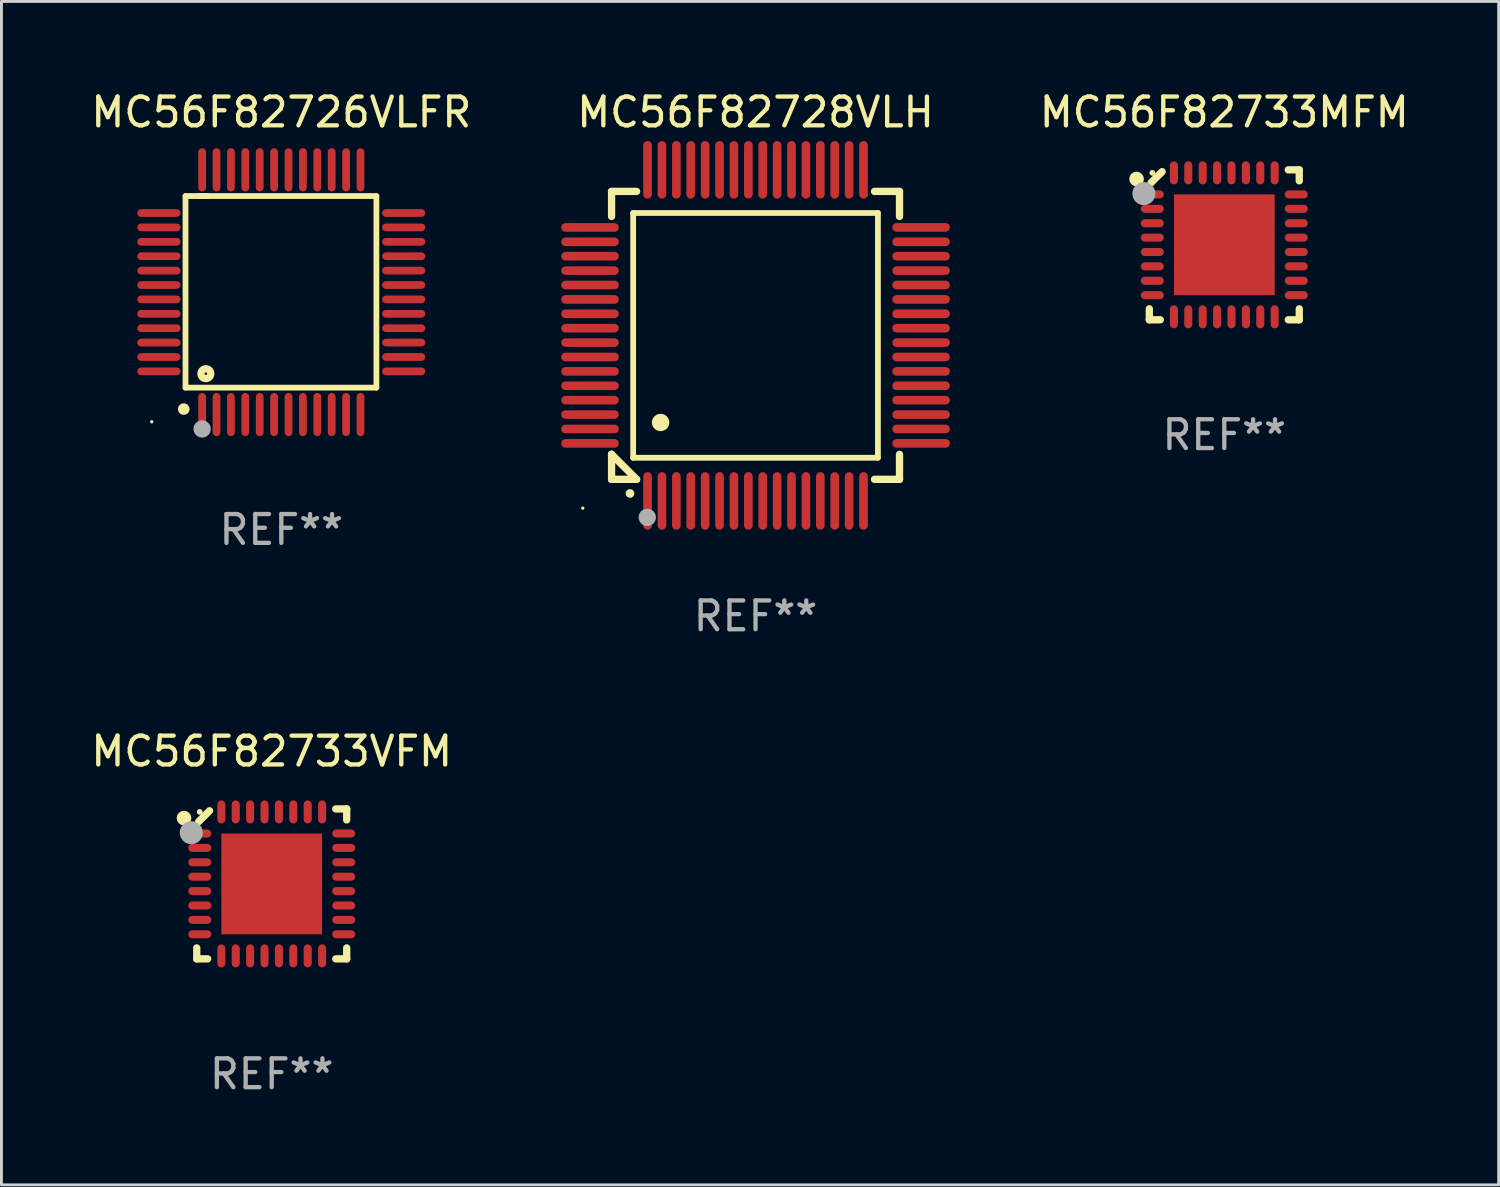
<source format=kicad_pcb>
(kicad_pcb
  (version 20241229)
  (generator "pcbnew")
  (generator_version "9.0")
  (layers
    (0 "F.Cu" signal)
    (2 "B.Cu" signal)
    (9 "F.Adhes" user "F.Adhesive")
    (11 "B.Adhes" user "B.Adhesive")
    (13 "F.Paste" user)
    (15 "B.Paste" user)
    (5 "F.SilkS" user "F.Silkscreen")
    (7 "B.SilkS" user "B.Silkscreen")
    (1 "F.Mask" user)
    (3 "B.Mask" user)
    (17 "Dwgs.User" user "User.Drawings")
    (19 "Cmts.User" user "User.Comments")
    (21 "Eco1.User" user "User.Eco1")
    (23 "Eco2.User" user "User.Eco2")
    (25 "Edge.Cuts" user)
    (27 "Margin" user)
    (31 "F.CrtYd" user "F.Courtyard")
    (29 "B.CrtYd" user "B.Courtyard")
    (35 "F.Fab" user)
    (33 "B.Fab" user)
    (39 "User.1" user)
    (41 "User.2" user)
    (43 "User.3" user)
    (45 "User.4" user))
  (footprint "MC56F82728VLH"
    (layer "F.Cu")
    (at 23.19 8.598)
    (property "Reference" "MC56F82728VLH" (at 0 -7.75 0) (layer "F.SilkS") (effects (font (size 1 1) (thickness 0.15))))
    (attr through_hole)
    (fp_line (start -5 -5) (end -4.131 -5) (stroke (width 0.254) (type solid)) (layer "F.SilkS"))
    (fp_line (start -5 -4.131) (end -5 -5) (stroke (width 0.254) (type solid)) (layer "F.SilkS"))
    (fp_line (start -5 4.131) (end -5 4.131) (stroke (width 0.254) (type solid)) (layer "F.SilkS"))
    (fp_line (start -5 5) (end -5 4.131) (stroke (width 0.254) (type solid)) (layer "F.SilkS"))
    (fp_line (start -5 4.131) (end -4.131 5) (stroke (width 0.254) (type solid)) (layer "F.SilkS"))
    (fp_line (start -4.25 -4.25) (end -4.25 4.25) (stroke (width 0.2) (type solid)) (layer "F.SilkS"))
    (fp_line (start -4.25 4.25) (end 4.25 4.25) (stroke (width 0.2) (type solid)) (layer "F.SilkS"))
    (fp_line (start -4.131 5) (end -5 5) (stroke (width 0.254) (type solid)) (layer "F.SilkS"))
    (fp_line (start 4.25 -4.25) (end -4.25 -4.25) (stroke (width 0.2) (type solid)) (layer "F.SilkS"))
    (fp_line (start 4.25 4.25) (end 4.25 -4.25) (stroke (width 0.2) (type solid)) (layer "F.SilkS"))
    (fp_line (start 5 -5) (end 4.131 -5) (stroke (width 0.254) (type solid)) (layer "F.SilkS"))
    (fp_line (start 5 -5) (end 5 -4.131) (stroke (width 0.254) (type solid)) (layer "F.SilkS"))
    (fp_line (start 5 4.131) (end 5 5) (stroke (width 0.254) (type solid)) (layer "F.SilkS"))
    (fp_line (start 5 5) (end 4.131 5) (stroke (width 0.254) (type solid)) (layer "F.SilkS"))
    (fp_arc (start -4.361265 5.489992) (mid -4.359995 5.489987) (end -4.358725 5.489992) (stroke (width 0.3) (type solid)) (layer "F.SilkS"))
    (fp_arc (start -3.299467 3.025146) (mid -3.296927 3.025135) (end -3.294387 3.025146) (stroke (width 0.6) (type solid)) (layer "F.SilkS"))
    (fp_circle (center -6 6) (end -5.97 6) (stroke (width 0.06) (type solid)) (fill no) (layer "F.SilkS"))
    (fp_circle (center -3.76 6.32) (end -3.61 6.32) (stroke (width 0.3) (type solid)) (fill no) (layer "F.Fab"))
    (fp_text user "REF**" (at 0 9.75 0) (layer "F.Fab") (effects (font (size 1 1) (thickness 0.15))))
    (pad "1" smd oval (at -3.75 5.75) (size 0.3 2) (layers "F.Cu" "F.Mask" "F.Paste"))
    (pad "2" smd oval (at -3.25 5.75) (size 0.3 2) (layers "F.Cu" "F.Mask" "F.Paste"))
    (pad "3" smd oval (at -2.75 5.75) (size 0.3 2) (layers "F.Cu" "F.Mask" "F.Paste"))
    (pad "4" smd oval (at -2.25 5.75) (size 0.3 2) (layers "F.Cu" "F.Mask" "F.Paste"))
    (pad "5" smd oval (at -1.75 5.75) (size 0.3 2) (layers "F.Cu" "F.Mask" "F.Paste"))
    (pad "6" smd oval (at -1.25 5.75) (size 0.3 2) (layers "F.Cu" "F.Mask" "F.Paste"))
    (pad "7" smd oval (at -0.75 5.75) (size 0.3 2) (layers "F.Cu" "F.Mask" "F.Paste"))
    (pad "8" smd oval (at -0.25 5.75) (size 0.3 2) (layers "F.Cu" "F.Mask" "F.Paste"))
    (pad "9" smd oval (at 0.25 5.75) (size 0.3 2) (layers "F.Cu" "F.Mask" "F.Paste"))
    (pad "10" smd oval (at 0.75 5.75) (size 0.3 2) (layers "F.Cu" "F.Mask" "F.Paste"))
    (pad "11" smd oval (at 1.25 5.75) (size 0.3 2) (layers "F.Cu" "F.Mask" "F.Paste"))
    (pad "12" smd oval (at 1.75 5.75) (size 0.3 2) (layers "F.Cu" "F.Mask" "F.Paste"))
    (pad "13" smd oval (at 2.25 5.75) (size 0.3 2) (layers "F.Cu" "F.Mask" "F.Paste"))
    (pad "14" smd oval (at 2.75 5.75) (size 0.3 2) (layers "F.Cu" "F.Mask" "F.Paste"))
    (pad "15" smd oval (at 3.25 5.75) (size 0.3 2) (layers "F.Cu" "F.Mask" "F.Paste"))
    (pad "16" smd oval (at 3.75 5.75) (size 0.3 2) (layers "F.Cu" "F.Mask" "F.Paste"))
    (pad "17" smd oval (at 5.75 3.75) (size 2 0.3) (layers "F.Cu" "F.Mask" "F.Paste"))
    (pad "18" smd oval (at 5.75 3.25) (size 2 0.3) (layers "F.Cu" "F.Mask" "F.Paste"))
    (pad "19" smd oval (at 5.75 2.75) (size 2 0.3) (layers "F.Cu" "F.Mask" "F.Paste"))
    (pad "20" smd oval (at 5.75 2.25) (size 2 0.3) (layers "F.Cu" "F.Mask" "F.Paste"))
    (pad "21" smd oval (at 5.75 1.75) (size 2 0.3) (layers "F.Cu" "F.Mask" "F.Paste"))
    (pad "22" smd oval (at 5.75 1.25) (size 2 0.3) (layers "F.Cu" "F.Mask" "F.Paste"))
    (pad "23" smd oval (at 5.75 0.75) (size 2 0.3) (layers "F.Cu" "F.Mask" "F.Paste"))
    (pad "24" smd oval (at 5.75 0.25) (size 2 0.3) (layers "F.Cu" "F.Mask" "F.Paste"))
    (pad "25" smd oval (at 5.75 -0.25) (size 2 0.3) (layers "F.Cu" "F.Mask" "F.Paste"))
    (pad "26" smd oval (at 5.75 -0.75) (size 2 0.3) (layers "F.Cu" "F.Mask" "F.Paste"))
    (pad "27" smd oval (at 5.75 -1.25) (size 2 0.3) (layers "F.Cu" "F.Mask" "F.Paste"))
    (pad "28" smd oval (at 5.75 -1.75) (size 2 0.3) (layers "F.Cu" "F.Mask" "F.Paste"))
    (pad "29" smd oval (at 5.75 -2.25) (size 2 0.3) (layers "F.Cu" "F.Mask" "F.Paste"))
    (pad "30" smd oval (at 5.75 -2.75) (size 2 0.3) (layers "F.Cu" "F.Mask" "F.Paste"))
    (pad "31" smd oval (at 5.75 -3.25) (size 2 0.3) (layers "F.Cu" "F.Mask" "F.Paste"))
    (pad "32" smd oval (at 5.75 -3.75) (size 2 0.3) (layers "F.Cu" "F.Mask" "F.Paste"))
    (pad "33" smd oval (at 3.75 -5.75) (size 0.3 2) (layers "F.Cu" "F.Mask" "F.Paste"))
    (pad "34" smd oval (at 3.25 -5.75) (size 0.3 2) (layers "F.Cu" "F.Mask" "F.Paste"))
    (pad "35" smd oval (at 2.75 -5.75) (size 0.3 2) (layers "F.Cu" "F.Mask" "F.Paste"))
    (pad "36" smd oval (at 2.25 -5.75) (size 0.3 2) (layers "F.Cu" "F.Mask" "F.Paste"))
    (pad "37" smd oval (at 1.75 -5.75) (size 0.3 2) (layers "F.Cu" "F.Mask" "F.Paste"))
    (pad "38" smd oval (at 1.25 -5.75) (size 0.3 2) (layers "F.Cu" "F.Mask" "F.Paste"))
    (pad "39" smd oval (at 0.75 -5.75) (size 0.3 2) (layers "F.Cu" "F.Mask" "F.Paste"))
    (pad "40" smd oval (at 0.25 -5.75) (size 0.3 2) (layers "F.Cu" "F.Mask" "F.Paste"))
    (pad "41" smd oval (at -0.25 -5.75) (size 0.3 2) (layers "F.Cu" "F.Mask" "F.Paste"))
    (pad "42" smd oval (at -0.75 -5.75) (size 0.3 2) (layers "F.Cu" "F.Mask" "F.Paste"))
    (pad "43" smd oval (at -1.25 -5.75) (size 0.3 2) (layers "F.Cu" "F.Mask" "F.Paste"))
    (pad "44" smd oval (at -1.75 -5.75) (size 0.3 2) (layers "F.Cu" "F.Mask" "F.Paste"))
    (pad "45" smd oval (at -2.25 -5.75) (size 0.3 2) (layers "F.Cu" "F.Mask" "F.Paste"))
    (pad "46" smd oval (at -2.75 -5.75) (size 0.3 2) (layers "F.Cu" "F.Mask" "F.Paste"))
    (pad "47" smd oval (at -3.25 -5.75) (size 0.3 2) (layers "F.Cu" "F.Mask" "F.Paste"))
    (pad "48" smd oval (at -3.75 -5.75) (size 0.3 2) (layers "F.Cu" "F.Mask" "F.Paste"))
    (pad "49" smd oval (at -5.75 -3.75) (size 2 0.3) (layers "F.Cu" "F.Mask" "F.Paste"))
    (pad "50" smd oval (at -5.75 -3.25) (size 2 0.3) (layers "F.Cu" "F.Mask" "F.Paste"))
    (pad "51" smd oval (at -5.75 -2.75) (size 2 0.3) (layers "F.Cu" "F.Mask" "F.Paste"))
    (pad "52" smd oval (at -5.75 -2.25) (size 2 0.3) (layers "F.Cu" "F.Mask" "F.Paste"))
    (pad "53" smd oval (at -5.75 -1.75) (size 2 0.3) (layers "F.Cu" "F.Mask" "F.Paste"))
    (pad "54" smd oval (at -5.75 -1.25) (size 2 0.3) (layers "F.Cu" "F.Mask" "F.Paste"))
    (pad "55" smd oval (at -5.75 -0.75) (size 2 0.3) (layers "F.Cu" "F.Mask" "F.Paste"))
    (pad "56" smd oval (at -5.75 -0.25) (size 2 0.3) (layers "F.Cu" "F.Mask" "F.Paste"))
    (pad "57" smd oval (at -5.75 0.25) (size 2 0.3) (layers "F.Cu" "F.Mask" "F.Paste"))
    (pad "58" smd oval (at -5.75 0.75) (size 2 0.3) (layers "F.Cu" "F.Mask" "F.Paste"))
    (pad "59" smd oval (at -5.75 1.25) (size 2 0.3) (layers "F.Cu" "F.Mask" "F.Paste"))
    (pad "60" smd oval (at -5.75 1.75) (size 2 0.3) (layers "F.Cu" "F.Mask" "F.Paste"))
    (pad "61" smd oval (at -5.75 2.25) (size 2 0.3) (layers "F.Cu" "F.Mask" "F.Paste"))
    (pad "62" smd oval (at -5.75 2.75) (size 2 0.3) (layers "F.Cu" "F.Mask" "F.Paste"))
    (pad "63" smd oval (at -5.75 3.25) (size 2 0.3) (layers "F.Cu" "F.Mask" "F.Paste"))
    (pad "64" smd oval (at -5.75 3.75) (size 2 0.3) (layers "F.Cu" "F.Mask" "F.Paste")))
  (footprint "MC56F82733MFM"
    (layer "F.Cu")
    (at 39.47 5.452)
    (property "Reference" "MC56F82733MFM" (at 0 -4.604 0) (layer "F.SilkS") (effects (font (size 1 1) (thickness 0.15))))
    (attr through_hole)
    (fp_line (start -2.604 2.223) (end -2.604 2.604) (stroke (width 0.254) (type solid)) (layer "F.SilkS"))
    (fp_line (start -2.604 2.604) (end -2.223 2.604) (stroke (width 0.254) (type solid)) (layer "F.SilkS"))
    (fp_line (start -2.159 -2.54) (end -2.54 -2.159) (stroke (width 0.254) (type solid)) (layer "F.SilkS"))
    (fp_line (start 2.223 2.604) (end 2.604 2.604) (stroke (width 0.254) (type solid)) (layer "F.SilkS"))
    (fp_line (start 2.604 -2.604) (end 2.223 -2.604) (stroke (width 0.254) (type solid)) (layer "F.SilkS"))
    (fp_line (start 2.604 -2.223) (end 2.604 -2.604) (stroke (width 0.254) (type solid)) (layer "F.SilkS"))
    (fp_line (start 2.604 2.604) (end 2.604 2.223) (stroke (width 0.254) (type solid)) (layer "F.SilkS"))
    (fp_circle (center -3.048 -2.286) (end -2.921 -2.286) (stroke (width 0.254) (type solid)) (fill no) (layer "F.SilkS"))
    (fp_circle (center -2.5 -2.5) (end -2.45 -2.5) (stroke (width 0.1) (type solid)) (fill no) (layer "F.SilkS"))
    (fp_circle (center -2.794 -1.778) (end -2.594 -1.778) (stroke (width 0.4) (type solid)) (fill no) (layer "F.Fab"))
    (fp_text user "REF**" (at 0 6.604 0) (layer "F.Fab") (effects (font (size 1 1) (thickness 0.15))))
    (pad "1" smd oval (at -2.5 -1.75) (size 0.8 0.28) (layers "F.Cu" "F.Mask" "F.Paste"))
    (pad "2" smd oval (at -2.5 -1.25) (size 0.8 0.28) (layers "F.Cu" "F.Mask" "F.Paste"))
    (pad "3" smd oval (at -2.5 -0.75) (size 0.8 0.28) (layers "F.Cu" "F.Mask" "F.Paste"))
    (pad "4" smd oval (at -2.5 -0.25) (size 0.8 0.28) (layers "F.Cu" "F.Mask" "F.Paste"))
    (pad "5" smd oval (at -2.5 0.25) (size 0.8 0.28) (layers "F.Cu" "F.Mask" "F.Paste"))
    (pad "6" smd oval (at -2.5 0.75) (size 0.8 0.28) (layers "F.Cu" "F.Mask" "F.Paste"))
    (pad "7" smd oval (at -2.5 1.25) (size 0.8 0.28) (layers "F.Cu" "F.Mask" "F.Paste"))
    (pad "8" smd oval (at -2.5 1.75) (size 0.8 0.28) (layers "F.Cu" "F.Mask" "F.Paste"))
    (pad "9" smd oval (at -1.75 2.5) (size 0.28 0.8) (layers "F.Cu" "F.Mask" "F.Paste"))
    (pad "10" smd oval (at -1.25 2.5) (size 0.28 0.8) (layers "F.Cu" "F.Mask" "F.Paste"))
    (pad "11" smd oval (at -0.75 2.5) (size 0.28 0.8) (layers "F.Cu" "F.Mask" "F.Paste"))
    (pad "12" smd oval (at -0.25 2.5) (size 0.28 0.8) (layers "F.Cu" "F.Mask" "F.Paste"))
    (pad "13" smd oval (at 0.25 2.5) (size 0.28 0.8) (layers "F.Cu" "F.Mask" "F.Paste"))
    (pad "14" smd oval (at 0.75 2.5) (size 0.28 0.8) (layers "F.Cu" "F.Mask" "F.Paste"))
    (pad "15" smd oval (at 1.25 2.5) (size 0.28 0.8) (layers "F.Cu" "F.Mask" "F.Paste"))
    (pad "16" smd oval (at 1.75 2.5) (size 0.28 0.8) (layers "F.Cu" "F.Mask" "F.Paste"))
    (pad "17" smd oval (at 2.5 1.75) (size 0.8 0.28) (layers "F.Cu" "F.Mask" "F.Paste"))
    (pad "18" smd oval (at 2.5 1.25) (size 0.8 0.28) (layers "F.Cu" "F.Mask" "F.Paste"))
    (pad "19" smd oval (at 2.5 0.75) (size 0.8 0.28) (layers "F.Cu" "F.Mask" "F.Paste"))
    (pad "20" smd oval (at 2.5 0.25) (size 0.8 0.28) (layers "F.Cu" "F.Mask" "F.Paste"))
    (pad "21" smd oval (at 2.5 -0.25) (size 0.8 0.28) (layers "F.Cu" "F.Mask" "F.Paste"))
    (pad "22" smd oval (at 2.5 -0.75) (size 0.8 0.28) (layers "F.Cu" "F.Mask" "F.Paste"))
    (pad "23" smd oval (at 2.5 -1.25) (size 0.8 0.28) (layers "F.Cu" "F.Mask" "F.Paste"))
    (pad "24" smd oval (at 2.5 -1.75) (size 0.8 0.28) (layers "F.Cu" "F.Mask" "F.Paste"))
    (pad "25" smd oval (at 1.75 -2.5) (size 0.28 0.8) (layers "F.Cu" "F.Mask" "F.Paste"))
    (pad "26" smd oval (at 1.25 -2.5) (size 0.28 0.8) (layers "F.Cu" "F.Mask" "F.Paste"))
    (pad "27" smd oval (at 0.75 -2.5) (size 0.28 0.8) (layers "F.Cu" "F.Mask" "F.Paste"))
    (pad "28" smd oval (at 0.25 -2.5) (size 0.28 0.8) (layers "F.Cu" "F.Mask" "F.Paste"))
    (pad "29" smd oval (at -0.25 -2.5) (size 0.28 0.8) (layers "F.Cu" "F.Mask" "F.Paste"))
    (pad "30" smd oval (at -0.75 -2.5) (size 0.28 0.8) (layers "F.Cu" "F.Mask" "F.Paste"))
    (pad "31" smd oval (at -1.25 -2.5) (size 0.28 0.8) (layers "F.Cu" "F.Mask" "F.Paste"))
    (pad "32" smd oval (at -1.75 -2.5) (size 0.28 0.8) (layers "F.Cu" "F.Mask" "F.Paste"))
    (pad "33" smd rect (at 0.000076 0.000076) (size 3.5 3.5) (layers "F.Cu" "F.Mask" "F.Paste")))
  (footprint "MC56F82733VFM"
    (layer "F.Cu")
    (at 6.387 27.648)
    (property "Reference" "MC56F82733VFM" (at 0 -4.604 0) (layer "F.SilkS") (effects (font (size 1 1) (thickness 0.15))))
    (attr through_hole)
    (fp_line (start -2.604 2.223) (end -2.604 2.604) (stroke (width 0.254) (type solid)) (layer "F.SilkS"))
    (fp_line (start -2.604 2.604) (end -2.223 2.604) (stroke (width 0.254) (type solid)) (layer "F.SilkS"))
    (fp_line (start -2.159 -2.54) (end -2.54 -2.159) (stroke (width 0.254) (type solid)) (layer "F.SilkS"))
    (fp_line (start 2.223 2.604) (end 2.604 2.604) (stroke (width 0.254) (type solid)) (layer "F.SilkS"))
    (fp_line (start 2.604 -2.604) (end 2.223 -2.604) (stroke (width 0.254) (type solid)) (layer "F.SilkS"))
    (fp_line (start 2.604 -2.223) (end 2.604 -2.604) (stroke (width 0.254) (type solid)) (layer "F.SilkS"))
    (fp_line (start 2.604 2.604) (end 2.604 2.223) (stroke (width 0.254) (type solid)) (layer "F.SilkS"))
    (fp_circle (center -3.048 -2.286) (end -2.921 -2.286) (stroke (width 0.254) (type solid)) (fill no) (layer "F.SilkS"))
    (fp_circle (center -2.5 -2.5) (end -2.45 -2.5) (stroke (width 0.1) (type solid)) (fill no) (layer "F.SilkS"))
    (fp_circle (center -2.794 -1.778) (end -2.594 -1.778) (stroke (width 0.4) (type solid)) (fill no) (layer "F.Fab"))
    (fp_text user "REF**" (at 0 6.604 0) (layer "F.Fab") (effects (font (size 1 1) (thickness 0.15))))
    (pad "1" smd oval (at -2.5 -1.75) (size 0.8 0.28) (layers "F.Cu" "F.Mask" "F.Paste"))
    (pad "2" smd oval (at -2.5 -1.25) (size 0.8 0.28) (layers "F.Cu" "F.Mask" "F.Paste"))
    (pad "3" smd oval (at -2.5 -0.75) (size 0.8 0.28) (layers "F.Cu" "F.Mask" "F.Paste"))
    (pad "4" smd oval (at -2.5 -0.25) (size 0.8 0.28) (layers "F.Cu" "F.Mask" "F.Paste"))
    (pad "5" smd oval (at -2.5 0.25) (size 0.8 0.28) (layers "F.Cu" "F.Mask" "F.Paste"))
    (pad "6" smd oval (at -2.5 0.75) (size 0.8 0.28) (layers "F.Cu" "F.Mask" "F.Paste"))
    (pad "7" smd oval (at -2.5 1.25) (size 0.8 0.28) (layers "F.Cu" "F.Mask" "F.Paste"))
    (pad "8" smd oval (at -2.5 1.75) (size 0.8 0.28) (layers "F.Cu" "F.Mask" "F.Paste"))
    (pad "9" smd oval (at -1.75 2.5) (size 0.28 0.8) (layers "F.Cu" "F.Mask" "F.Paste"))
    (pad "10" smd oval (at -1.25 2.5) (size 0.28 0.8) (layers "F.Cu" "F.Mask" "F.Paste"))
    (pad "11" smd oval (at -0.75 2.5) (size 0.28 0.8) (layers "F.Cu" "F.Mask" "F.Paste"))
    (pad "12" smd oval (at -0.25 2.5) (size 0.28 0.8) (layers "F.Cu" "F.Mask" "F.Paste"))
    (pad "13" smd oval (at 0.25 2.5) (size 0.28 0.8) (layers "F.Cu" "F.Mask" "F.Paste"))
    (pad "14" smd oval (at 0.75 2.5) (size 0.28 0.8) (layers "F.Cu" "F.Mask" "F.Paste"))
    (pad "15" smd oval (at 1.25 2.5) (size 0.28 0.8) (layers "F.Cu" "F.Mask" "F.Paste"))
    (pad "16" smd oval (at 1.75 2.5) (size 0.28 0.8) (layers "F.Cu" "F.Mask" "F.Paste"))
    (pad "17" smd oval (at 2.5 1.75) (size 0.8 0.28) (layers "F.Cu" "F.Mask" "F.Paste"))
    (pad "18" smd oval (at 2.5 1.25) (size 0.8 0.28) (layers "F.Cu" "F.Mask" "F.Paste"))
    (pad "19" smd oval (at 2.5 0.75) (size 0.8 0.28) (layers "F.Cu" "F.Mask" "F.Paste"))
    (pad "20" smd oval (at 2.5 0.25) (size 0.8 0.28) (layers "F.Cu" "F.Mask" "F.Paste"))
    (pad "21" smd oval (at 2.5 -0.25) (size 0.8 0.28) (layers "F.Cu" "F.Mask" "F.Paste"))
    (pad "22" smd oval (at 2.5 -0.75) (size 0.8 0.28) (layers "F.Cu" "F.Mask" "F.Paste"))
    (pad "23" smd oval (at 2.5 -1.25) (size 0.8 0.28) (layers "F.Cu" "F.Mask" "F.Paste"))
    (pad "24" smd oval (at 2.5 -1.75) (size 0.8 0.28) (layers "F.Cu" "F.Mask" "F.Paste"))
    (pad "25" smd oval (at 1.75 -2.5) (size 0.28 0.8) (layers "F.Cu" "F.Mask" "F.Paste"))
    (pad "26" smd oval (at 1.25 -2.5) (size 0.28 0.8) (layers "F.Cu" "F.Mask" "F.Paste"))
    (pad "27" smd oval (at 0.75 -2.5) (size 0.28 0.8) (layers "F.Cu" "F.Mask" "F.Paste"))
    (pad "28" smd oval (at 0.25 -2.5) (size 0.28 0.8) (layers "F.Cu" "F.Mask" "F.Paste"))
    (pad "29" smd oval (at -0.25 -2.5) (size 0.28 0.8) (layers "F.Cu" "F.Mask" "F.Paste"))
    (pad "30" smd oval (at -0.75 -2.5) (size 0.28 0.8) (layers "F.Cu" "F.Mask" "F.Paste"))
    (pad "31" smd oval (at -1.25 -2.5) (size 0.28 0.8) (layers "F.Cu" "F.Mask" "F.Paste"))
    (pad "32" smd oval (at -1.75 -2.5) (size 0.28 0.8) (layers "F.Cu" "F.Mask" "F.Paste"))
    (pad "33" smd rect (at 0.000076 0.000076) (size 3.5 3.5) (layers "F.Cu" "F.Mask" "F.Paste")))
  (footprint "MC56F82726VLFR"
    (layer "F.Cu")
    (at 6.72 7.098)
    (property "Reference" "MC56F82726VLFR" (at 0 -6.25 0) (layer "F.SilkS") (effects (font (size 1 1) (thickness 0.15))))
    (attr through_hole)
    (fp_line (start -3.327 -3.34) (end -2.565 -3.34) (stroke (width 0.2) (type solid)) (layer "F.SilkS"))
    (fp_line (start -3.327 3.315) (end -3.327 -3.34) (stroke (width 0.2) (type solid)) (layer "F.SilkS"))
    (fp_line (start -2.896 -3.34) (end 3.302 -3.34) (stroke (width 0.2) (type solid)) (layer "F.SilkS"))
    (fp_line (start 3.302 -3.34) (end 3.302 3.315) (stroke (width 0.2) (type solid)) (layer "F.SilkS"))
    (fp_line (start 3.302 3.315) (end -3.327 3.315) (stroke (width 0.2) (type solid)) (layer "F.SilkS"))
    (fp_arc (start -3.389992 4.059995) (mid -3.388722 4.059991) (end -3.387452 4.059995) (stroke (width 0.4) (type solid)) (layer "F.SilkS"))
    (fp_circle (center -4.5 4.5) (end -4.47 4.5) (stroke (width 0.06) (type solid)) (fill no) (layer "F.SilkS"))
    (fp_circle (center -2.62 2.83) (end -2.45 2.83) (stroke (width 0.254) (type solid)) (fill no) (layer "F.SilkS"))
    (fp_circle (center -2.75 4.75) (end -2.6 4.75) (stroke (width 0.3) (type solid)) (fill no) (layer "F.Fab"))
    (fp_text user "REF**" (at 0 8.25 0) (layer "F.Fab") (effects (font (size 1 1) (thickness 0.15))))
    (pad "1" smd oval (at -2.75 4.25) (size 0.27 1.5) (layers "F.Cu" "F.Mask" "F.Paste"))
    (pad "2" smd oval (at -2.25 4.25) (size 0.27 1.5) (layers "F.Cu" "F.Mask" "F.Paste"))
    (pad "3" smd oval (at -1.75 4.25) (size 0.27 1.5) (layers "F.Cu" "F.Mask" "F.Paste"))
    (pad "4" smd oval (at -1.25 4.25) (size 0.27 1.5) (layers "F.Cu" "F.Mask" "F.Paste"))
    (pad "5" smd oval (at -0.75 4.25) (size 0.27 1.5) (layers "F.Cu" "F.Mask" "F.Paste"))
    (pad "6" smd oval (at -0.25 4.25) (size 0.27 1.5) (layers "F.Cu" "F.Mask" "F.Paste"))
    (pad "7" smd oval (at 0.25 4.25) (size 0.27 1.5) (layers "F.Cu" "F.Mask" "F.Paste"))
    (pad "8" smd oval (at 0.75 4.25) (size 0.27 1.5) (layers "F.Cu" "F.Mask" "F.Paste"))
    (pad "9" smd oval (at 1.25 4.25) (size 0.27 1.5) (layers "F.Cu" "F.Mask" "F.Paste"))
    (pad "10" smd oval (at 1.75 4.25) (size 0.27 1.5) (layers "F.Cu" "F.Mask" "F.Paste"))
    (pad "11" smd oval (at 2.25 4.25) (size 0.27 1.5) (layers "F.Cu" "F.Mask" "F.Paste"))
    (pad "12" smd oval (at 2.75 4.25) (size 0.27 1.5) (layers "F.Cu" "F.Mask" "F.Paste"))
    (pad "13" smd oval (at 4.25 2.75) (size 1.5 0.27) (layers "F.Cu" "F.Mask" "F.Paste"))
    (pad "14" smd oval (at 4.25 2.25) (size 1.5 0.27) (layers "F.Cu" "F.Mask" "F.Paste"))
    (pad "15" smd oval (at 4.25 1.75) (size 1.5 0.27) (layers "F.Cu" "F.Mask" "F.Paste"))
    (pad "16" smd oval (at 4.25 1.25) (size 1.5 0.27) (layers "F.Cu" "F.Mask" "F.Paste"))
    (pad "17" smd oval (at 4.25 0.75) (size 1.5 0.27) (layers "F.Cu" "F.Mask" "F.Paste"))
    (pad "18" smd oval (at 4.25 0.25) (size 1.5 0.27) (layers "F.Cu" "F.Mask" "F.Paste"))
    (pad "19" smd oval (at 4.25 -0.25) (size 1.5 0.27) (layers "F.Cu" "F.Mask" "F.Paste"))
    (pad "20" smd oval (at 4.25 -0.75) (size 1.5 0.27) (layers "F.Cu" "F.Mask" "F.Paste"))
    (pad "21" smd oval (at 4.25 -1.25) (size 1.5 0.27) (layers "F.Cu" "F.Mask" "F.Paste"))
    (pad "22" smd oval (at 4.25 -1.75) (size 1.5 0.27) (layers "F.Cu" "F.Mask" "F.Paste"))
    (pad "23" smd oval (at 4.25 -2.25) (size 1.5 0.27) (layers "F.Cu" "F.Mask" "F.Paste"))
    (pad "24" smd oval (at 4.25 -2.75) (size 1.5 0.27) (layers "F.Cu" "F.Mask" "F.Paste"))
    (pad "25" smd oval (at 2.75 -4.25) (size 0.27 1.5) (layers "F.Cu" "F.Mask" "F.Paste"))
    (pad "26" smd oval (at 2.25 -4.25) (size 0.27 1.5) (layers "F.Cu" "F.Mask" "F.Paste"))
    (pad "27" smd oval (at 1.75 -4.25) (size 0.27 1.5) (layers "F.Cu" "F.Mask" "F.Paste"))
    (pad "28" smd oval (at 1.25 -4.25) (size 0.27 1.5) (layers "F.Cu" "F.Mask" "F.Paste"))
    (pad "29" smd oval (at 0.75 -4.25) (size 0.27 1.5) (layers "F.Cu" "F.Mask" "F.Paste"))
    (pad "30" smd oval (at 0.25 -4.25) (size 0.27 1.5) (layers "F.Cu" "F.Mask" "F.Paste"))
    (pad "31" smd oval (at -0.25 -4.25) (size 0.27 1.5) (layers "F.Cu" "F.Mask" "F.Paste"))
    (pad "32" smd oval (at -0.75 -4.25) (size 0.27 1.5) (layers "F.Cu" "F.Mask" "F.Paste"))
    (pad "33" smd oval (at -1.25 -4.25) (size 0.27 1.5) (layers "F.Cu" "F.Mask" "F.Paste"))
    (pad "34" smd oval (at -1.75 -4.25) (size 0.27 1.5) (layers "F.Cu" "F.Mask" "F.Paste"))
    (pad "35" smd oval (at -2.25 -4.25) (size 0.27 1.5) (layers "F.Cu" "F.Mask" "F.Paste"))
    (pad "36" smd oval (at -2.75 -4.25) (size 0.27 1.5) (layers "F.Cu" "F.Mask" "F.Paste"))
    (pad "37" smd oval (at -4.25 -2.75) (size 1.5 0.27) (layers "F.Cu" "F.Mask" "F.Paste"))
    (pad "38" smd oval (at -4.25 -2.25) (size 1.5 0.27) (layers "F.Cu" "F.Mask" "F.Paste"))
    (pad "39" smd oval (at -4.25 -1.75) (size 1.5 0.27) (layers "F.Cu" "F.Mask" "F.Paste"))
    (pad "40" smd oval (at -4.25 -1.25) (size 1.5 0.27) (layers "F.Cu" "F.Mask" "F.Paste"))
    (pad "41" smd oval (at -4.25 -0.75) (size 1.5 0.27) (layers "F.Cu" "F.Mask" "F.Paste"))
    (pad "42" smd oval (at -4.25 -0.25) (size 1.5 0.27) (layers "F.Cu" "F.Mask" "F.Paste"))
    (pad "43" smd oval (at -4.25 0.25) (size 1.5 0.27) (layers "F.Cu" "F.Mask" "F.Paste"))
    (pad "44" smd oval (at -4.25 0.75) (size 1.5 0.27) (layers "F.Cu" "F.Mask" "F.Paste"))
    (pad "45" smd oval (at -4.25 1.25) (size 1.5 0.27) (layers "F.Cu" "F.Mask" "F.Paste"))
    (pad "46" smd oval (at -4.25 1.75) (size 1.5 0.27) (layers "F.Cu" "F.Mask" "F.Paste"))
    (pad "47" smd oval (at -4.25 2.25) (size 1.5 0.27) (layers "F.Cu" "F.Mask" "F.Paste"))
    (pad "48" smd oval (at -4.25 2.75) (size 1.5 0.27) (layers "F.Cu" "F.Mask" "F.Paste")))
  (gr_rect
    (start -3 -3)
    (end 49 38.1)
    (stroke (width 0.1) (type default))
    (fill no)
    (layer "Edge.Cuts")))
</source>
